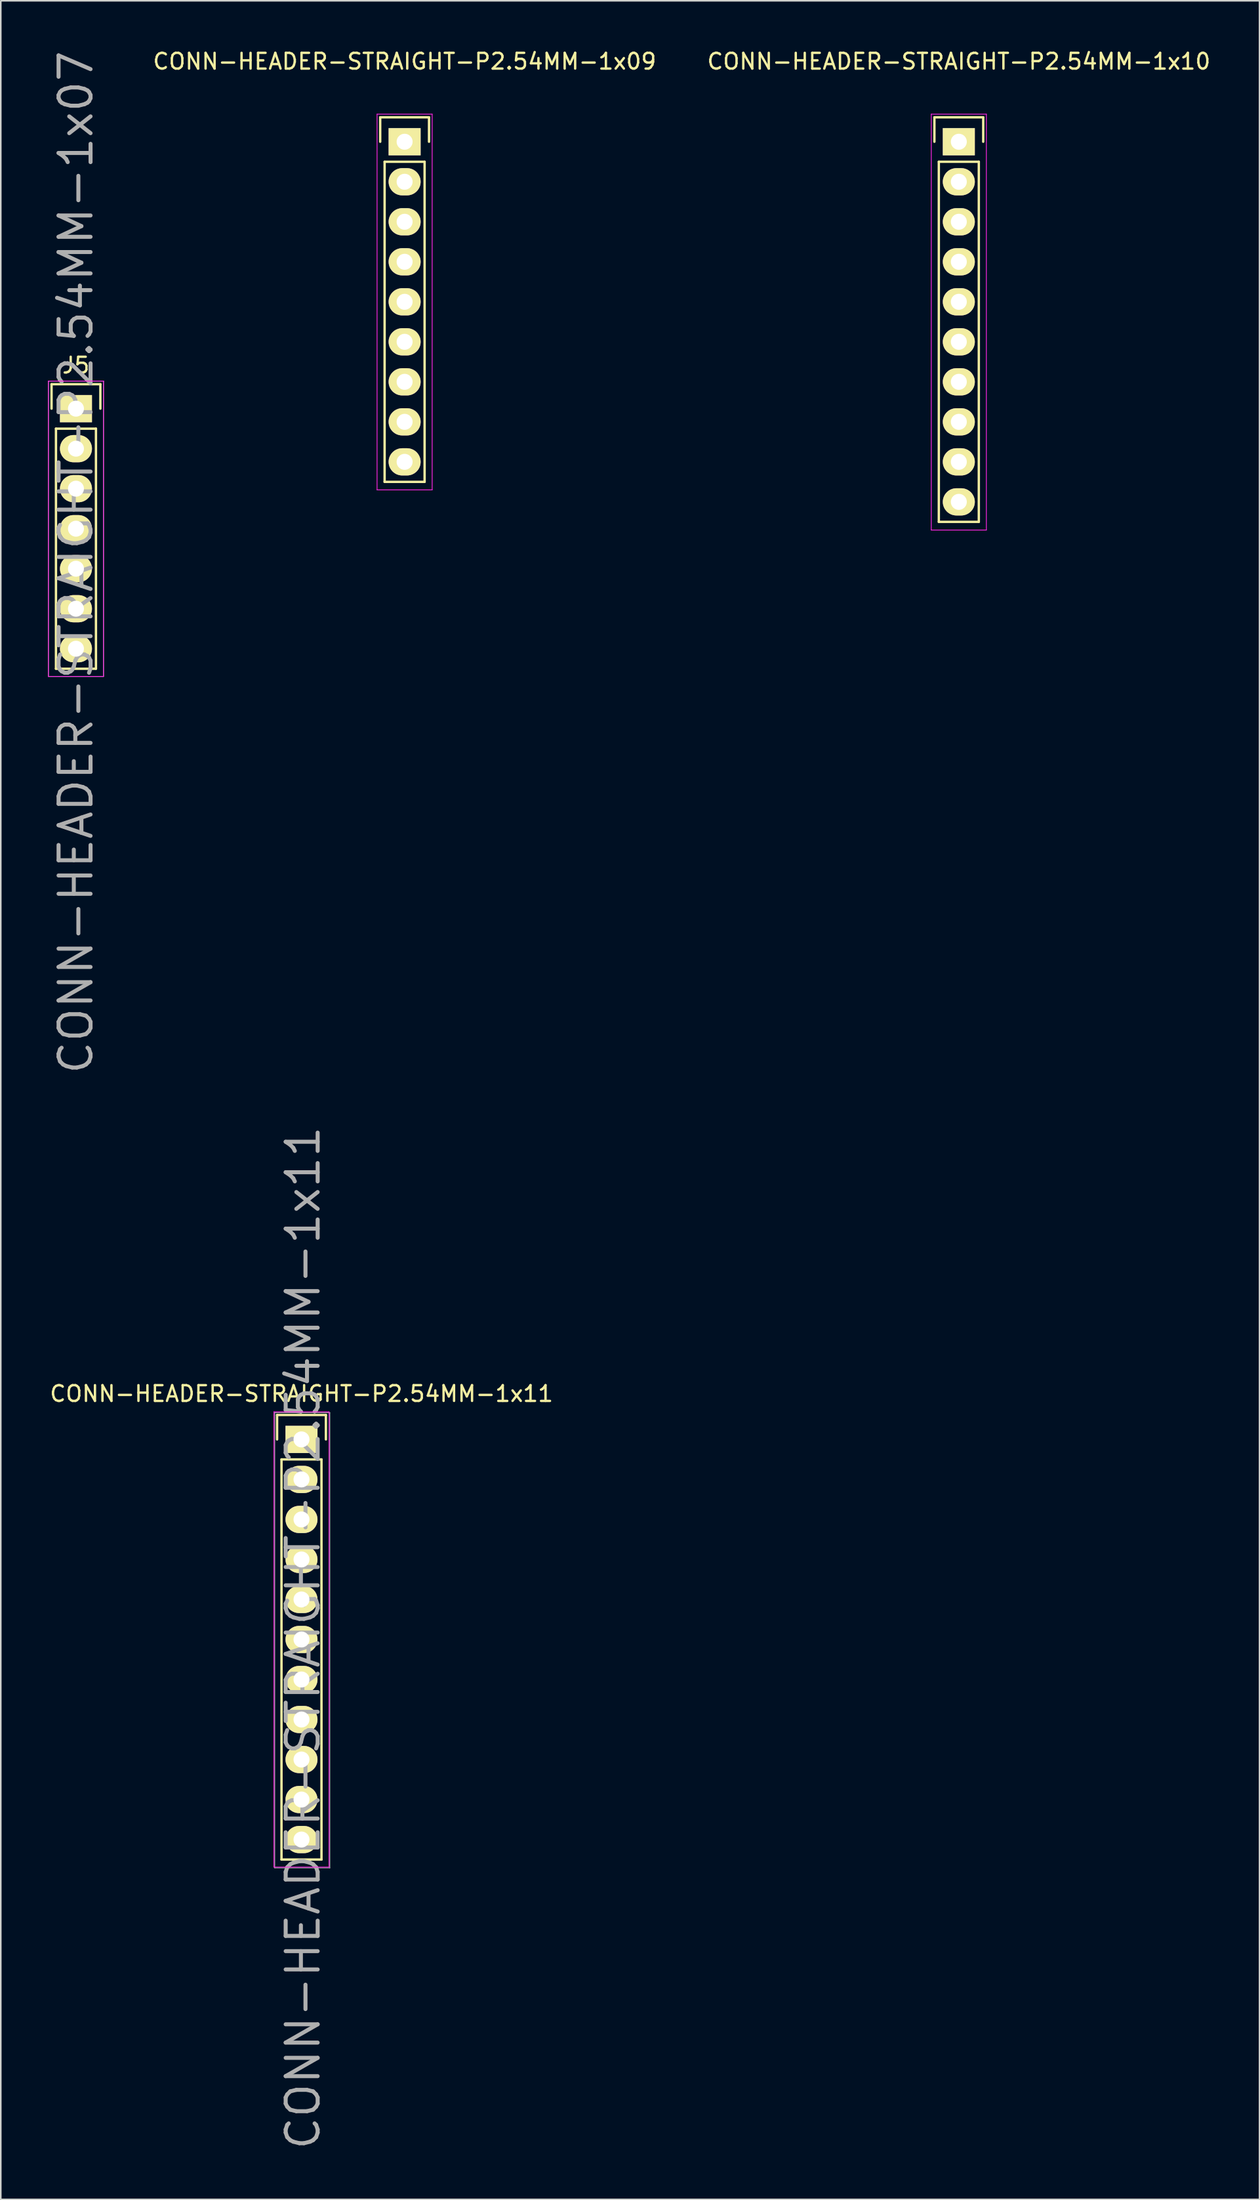
<source format=kicad_pcb>
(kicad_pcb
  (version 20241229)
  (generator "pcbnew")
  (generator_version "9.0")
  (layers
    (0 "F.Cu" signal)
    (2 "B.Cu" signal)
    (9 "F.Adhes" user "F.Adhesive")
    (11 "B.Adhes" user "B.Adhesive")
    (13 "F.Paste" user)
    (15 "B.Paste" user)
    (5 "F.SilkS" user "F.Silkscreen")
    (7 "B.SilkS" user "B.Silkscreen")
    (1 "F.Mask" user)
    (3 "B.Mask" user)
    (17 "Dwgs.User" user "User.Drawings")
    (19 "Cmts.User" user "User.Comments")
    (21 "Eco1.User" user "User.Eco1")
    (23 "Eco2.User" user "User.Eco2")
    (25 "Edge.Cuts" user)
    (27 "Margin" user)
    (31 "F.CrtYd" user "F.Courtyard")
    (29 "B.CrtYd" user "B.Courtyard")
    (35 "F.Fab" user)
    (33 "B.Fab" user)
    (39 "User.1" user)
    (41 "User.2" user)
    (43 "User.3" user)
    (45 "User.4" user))
  (footprint "CONN-HEADER-STRAIGHT-P2.54MM-1x11"
    (layer "F.Cu")
    (at 16.101 88.324)
    (property "Reference" "CONN-HEADER-STRAIGHT-P2.54MM-1x11" (at 0.1 12.6 90) (layer "F.Fab") (effects (font (size 2.032 2.032) (thickness 0.254))))
    (attr through_hole)
    (fp_line (start -1.55 -1.55) (end 1.55 -1.55) (stroke (width 0.15) (type solid)) (layer "F.SilkS"))
    (fp_line (start -1.55 0) (end -1.55 -1.55) (stroke (width 0.15) (type solid)) (layer "F.SilkS"))
    (fp_line (start -1.27 26.67) (end -1.27 1.27) (stroke (width 0.15) (type solid)) (layer "F.SilkS"))
    (fp_line (start 1.27 1.27) (end -1.27 1.27) (stroke (width 0.15) (type solid)) (layer "F.SilkS"))
    (fp_line (start 1.27 1.27) (end 1.27 26.67) (stroke (width 0.15) (type solid)) (layer "F.SilkS"))
    (fp_line (start 1.27 26.67) (end -1.27 26.67) (stroke (width 0.15) (type solid)) (layer "F.SilkS"))
    (fp_line (start 1.55 -1.55) (end 1.55 0) (stroke (width 0.15) (type solid)) (layer "F.SilkS"))
    (fp_line (start -1.75 -1.75) (end -1.75 27.15) (stroke (width 0.05) (type solid)) (layer "F.CrtYd"))
    (fp_line (start -1.75 -1.75) (end 1.75 -1.75) (stroke (width 0.05) (type solid)) (layer "F.CrtYd"))
    (fp_line (start -1.75 27.15) (end 1.75 27.15) (stroke (width 0.05) (type solid)) (layer "F.CrtYd"))
    (fp_line (start 1.75 -1.75) (end 1.75 27.15) (stroke (width 0.05) (type solid)) (layer "F.CrtYd"))
    (fp_line (start -1.7 -1.7) (end 1.8 -1.7) (stroke (width 0.051) (type solid)) (layer "F.Fab"))
    (fp_line (start -1.7 27.2) (end -1.7 -1.7) (stroke (width 0.051) (type solid)) (layer "F.Fab"))
    (fp_line (start 1.8 -1.7) (end 1.8 27.2) (stroke (width 0.051) (type solid)) (layer "F.Fab"))
    (fp_line (start 1.8 27.2) (end -1.7 27.2) (stroke (width 0.051) (type solid)) (layer "F.Fab"))
    (fp_text user "${REFERENCE}" (at 0 -2.9 0) (layer "F.SilkS") (effects (font (size 1 1) (thickness 0.15))))
    (pad "1" thru_hole rect (at 0 0) (size 2.032 1.727) (drill 1.016) (layers "*.Cu" "*.Mask" "F.SilkS"))
    (pad "2" thru_hole oval (at 0 2.54) (size 2.032 1.727) (drill 1.016) (layers "*.Cu" "*.Mask" "F.SilkS"))
    (pad "3" thru_hole oval (at 0 5.08) (size 2.032 1.727) (drill 1.016) (layers "*.Cu" "*.Mask" "F.SilkS"))
    (pad "4" thru_hole oval (at 0 7.62) (size 2.032 1.727) (drill 1.016) (layers "*.Cu" "*.Mask" "F.SilkS"))
    (pad "5" thru_hole oval (at 0 10.16) (size 2.032 1.727) (drill 1.016) (layers "*.Cu" "*.Mask" "F.SilkS"))
    (pad "6" thru_hole oval (at 0 12.7) (size 2.032 1.727) (drill 1.016) (layers "*.Cu" "*.Mask" "F.SilkS"))
    (pad "7" thru_hole oval (at 0 15.24) (size 2.032 1.727) (drill 1.016) (layers "*.Cu" "*.Mask" "F.SilkS"))
    (pad "8" thru_hole oval (at 0 17.78) (size 2.032 1.727) (drill 1.016) (layers "*.Cu" "*.Mask" "F.SilkS"))
    (pad "9" thru_hole oval (at 0 20.32) (size 2.032 1.727) (drill 1.016) (layers "*.Cu" "*.Mask" "F.SilkS"))
    (pad "10" thru_hole oval (at 0 22.86) (size 2.032 1.727) (drill 1.016) (layers "*.Cu" "*.Mask" "F.SilkS"))
    (pad "11" thru_hole oval (at 0 25.4) (size 2.032 1.727) (drill 1.016) (layers "*.Cu" "*.Mask" "F.SilkS")))
  (footprint "CONN-HEADER-STRAIGHT-P2.54MM-1x10"
    (layer "F.Cu")
    (at 57.854 5.948)
    (property "Reference" "CONN-HEADER-STRAIGHT-P2.54MM-1x10" (at 0 -5.1 0) (layer "F.SilkS") (effects (font (size 1 1) (thickness 0.15))))
    (attr through_hole)
    (fp_line (start -1.55 -1.55) (end 1.55 -1.55) (stroke (width 0.15) (type solid)) (layer "F.SilkS"))
    (fp_line (start -1.55 0) (end -1.55 -1.55) (stroke (width 0.15) (type solid)) (layer "F.SilkS"))
    (fp_line (start -1.27 24.13) (end -1.27 1.27) (stroke (width 0.15) (type solid)) (layer "F.SilkS"))
    (fp_line (start 1.27 1.27) (end -1.27 1.27) (stroke (width 0.15) (type solid)) (layer "F.SilkS"))
    (fp_line (start 1.27 1.27) (end 1.27 24.13) (stroke (width 0.15) (type solid)) (layer "F.SilkS"))
    (fp_line (start 1.27 24.13) (end -1.27 24.13) (stroke (width 0.15) (type solid)) (layer "F.SilkS"))
    (fp_line (start 1.55 -1.55) (end 1.55 0) (stroke (width 0.15) (type solid)) (layer "F.SilkS"))
    (fp_line (start -1.75 -1.75) (end -1.75 24.65) (stroke (width 0.05) (type solid)) (layer "F.CrtYd"))
    (fp_line (start -1.75 -1.75) (end 1.75 -1.75) (stroke (width 0.05) (type solid)) (layer "F.CrtYd"))
    (fp_line (start -1.75 24.65) (end 1.75 24.65) (stroke (width 0.05) (type solid)) (layer "F.CrtYd"))
    (fp_line (start 1.75 -1.75) (end 1.75 24.65) (stroke (width 0.05) (type solid)) (layer "F.CrtYd"))
    (pad "1" thru_hole rect (at 0 0) (size 2.032 1.727) (drill 1.016) (layers "*.Cu" "*.Mask" "F.SilkS"))
    (pad "2" thru_hole oval (at 0 2.54) (size 2.032 1.727) (drill 1.016) (layers "*.Cu" "*.Mask" "F.SilkS"))
    (pad "3" thru_hole oval (at 0 5.08) (size 2.032 1.727) (drill 1.016) (layers "*.Cu" "*.Mask" "F.SilkS"))
    (pad "4" thru_hole oval (at 0 7.62) (size 2.032 1.727) (drill 1.016) (layers "*.Cu" "*.Mask" "F.SilkS"))
    (pad "5" thru_hole oval (at 0 10.16) (size 2.032 1.727) (drill 1.016) (layers "*.Cu" "*.Mask" "F.SilkS"))
    (pad "6" thru_hole oval (at 0 12.7) (size 2.032 1.727) (drill 1.016) (layers "*.Cu" "*.Mask" "F.SilkS"))
    (pad "7" thru_hole oval (at 0 15.24) (size 2.032 1.727) (drill 1.016) (layers "*.Cu" "*.Mask" "F.SilkS"))
    (pad "8" thru_hole oval (at 0 17.78) (size 2.032 1.727) (drill 1.016) (layers "*.Cu" "*.Mask" "F.SilkS"))
    (pad "9" thru_hole oval (at 0 20.32) (size 2.032 1.727) (drill 1.016) (layers "*.Cu" "*.Mask" "F.SilkS"))
    (pad "10" thru_hole oval (at 0 22.86) (size 2.032 1.727) (drill 1.016) (layers "*.Cu" "*.Mask" "F.SilkS")))
  (footprint "CONN-HEADER-STRAIGHT-P2.54MM-1x07"
    (layer "F.Cu")
    (at 1.775 22.891)
    (property "Reference" "CONN-HEADER-STRAIGHT-P2.54MM-1x07" (at 0 9.75 90) (layer "F.Fab") (effects (font (size 2.032 2.032) (thickness 0.254))))
    (attr through_hole)
    (fp_line (start -1.55 -1.55) (end 1.55 -1.55) (stroke (width 0.15) (type solid)) (layer "F.SilkS"))
    (fp_line (start -1.55 0) (end -1.55 -1.55) (stroke (width 0.15) (type solid)) (layer "F.SilkS"))
    (fp_line (start -1.27 16.51) (end -1.27 1.27) (stroke (width 0.15) (type solid)) (layer "F.SilkS"))
    (fp_line (start 1.27 1.27) (end -1.27 1.27) (stroke (width 0.15) (type solid)) (layer "F.SilkS"))
    (fp_line (start 1.27 1.27) (end 1.27 16.51) (stroke (width 0.15) (type solid)) (layer "F.SilkS"))
    (fp_line (start 1.27 16.51) (end -1.27 16.51) (stroke (width 0.15) (type solid)) (layer "F.SilkS"))
    (fp_line (start 1.55 -1.55) (end 1.55 0) (stroke (width 0.15) (type solid)) (layer "F.SilkS"))
    (fp_line (start -1.75 -1.75) (end -1.75 17) (stroke (width 0.05) (type solid)) (layer "F.CrtYd"))
    (fp_line (start -1.75 -1.75) (end 1.75 -1.75) (stroke (width 0.05) (type solid)) (layer "F.CrtYd"))
    (fp_line (start -1.75 17) (end 1.75 17) (stroke (width 0.05) (type solid)) (layer "F.CrtYd"))
    (fp_line (start 1.75 -1.75) (end 1.75 17) (stroke (width 0.05) (type solid)) (layer "F.CrtYd"))
    (fp_line (start -1.75 -1.75) (end 1.75 -1.75) (stroke (width 0.05) (type solid)) (layer "F.Fab"))
    (fp_line (start -1.75 17) (end -1.75 -1.75) (stroke (width 0.05) (type solid)) (layer "F.Fab"))
    (fp_line (start 1.75 -1.75) (end 1.75 17) (stroke (width 0.05) (type solid)) (layer "F.Fab"))
    (fp_line (start 1.75 17) (end -1.75 17) (stroke (width 0.05) (type solid)) (layer "F.Fab"))
    (fp_text user "J5" (at 0 -2.75 0) (layer "F.SilkS") (effects (font (size 1 1) (thickness 0.15))))
    (pad "1" thru_hole rect (at 0 0) (size 2.032 1.727) (drill 1.016) (layers "*.Cu" "*.Mask" "F.SilkS"))
    (pad "2" thru_hole oval (at 0 2.54) (size 2.032 1.727) (drill 1.016) (layers "*.Cu" "*.Mask" "F.SilkS"))
    (pad "3" thru_hole oval (at 0 5.08) (size 2.032 1.727) (drill 1.016) (layers "*.Cu" "*.Mask" "F.SilkS"))
    (pad "4" thru_hole oval (at 0 7.62) (size 2.032 1.727) (drill 1.016) (layers "*.Cu" "*.Mask" "F.SilkS"))
    (pad "5" thru_hole oval (at 0 10.16) (size 2.032 1.727) (drill 1.016) (layers "*.Cu" "*.Mask" "F.SilkS"))
    (pad "6" thru_hole oval (at 0 12.7) (size 2.032 1.727) (drill 1.016) (layers "*.Cu" "*.Mask" "F.SilkS"))
    (pad "7" thru_hole oval (at 0 15.24) (size 2.032 1.727) (drill 1.016) (layers "*.Cu" "*.Mask" "F.SilkS")))
  (footprint "CONN-HEADER-STRAIGHT-P2.54MM-1x09"
    (layer "F.Cu")
    (at 22.651 5.948)
    (property "Reference" "CONN-HEADER-STRAIGHT-P2.54MM-1x09" (at 0 -5.1 0) (layer "F.SilkS") (effects (font (size 1 1) (thickness 0.15))))
    (attr through_hole)
    (fp_line (start -1.55 -1.55) (end 1.55 -1.55) (stroke (width 0.15) (type solid)) (layer "F.SilkS"))
    (fp_line (start -1.55 0) (end -1.55 -1.55) (stroke (width 0.15) (type solid)) (layer "F.SilkS"))
    (fp_line (start -1.27 21.59) (end -1.27 1.27) (stroke (width 0.15) (type solid)) (layer "F.SilkS"))
    (fp_line (start 1.27 1.27) (end -1.27 1.27) (stroke (width 0.15) (type solid)) (layer "F.SilkS"))
    (fp_line (start 1.27 1.27) (end 1.27 21.59) (stroke (width 0.15) (type solid)) (layer "F.SilkS"))
    (fp_line (start 1.27 21.59) (end -1.27 21.59) (stroke (width 0.15) (type solid)) (layer "F.SilkS"))
    (fp_line (start 1.55 -1.55) (end 1.55 0) (stroke (width 0.15) (type solid)) (layer "F.SilkS"))
    (fp_line (start -1.75 -1.75) (end -1.75 22.1) (stroke (width 0.05) (type solid)) (layer "F.CrtYd"))
    (fp_line (start -1.75 -1.75) (end 1.75 -1.75) (stroke (width 0.05) (type solid)) (layer "F.CrtYd"))
    (fp_line (start -1.75 22.1) (end 1.75 22.1) (stroke (width 0.05) (type solid)) (layer "F.CrtYd"))
    (fp_line (start 1.75 -1.75) (end 1.75 22.1) (stroke (width 0.05) (type solid)) (layer "F.CrtYd"))
    (pad "1" thru_hole rect (at 0 0) (size 2.032 1.727) (drill 1.016) (layers "*.Cu" "*.Mask" "F.SilkS"))
    (pad "2" thru_hole oval (at 0 2.54) (size 2.032 1.727) (drill 1.016) (layers "*.Cu" "*.Mask" "F.SilkS"))
    (pad "3" thru_hole oval (at 0 5.08) (size 2.032 1.727) (drill 1.016) (layers "*.Cu" "*.Mask" "F.SilkS"))
    (pad "4" thru_hole oval (at 0 7.62) (size 2.032 1.727) (drill 1.016) (layers "*.Cu" "*.Mask" "F.SilkS"))
    (pad "5" thru_hole oval (at 0 10.16) (size 2.032 1.727) (drill 1.016) (layers "*.Cu" "*.Mask" "F.SilkS"))
    (pad "6" thru_hole oval (at 0 12.7) (size 2.032 1.727) (drill 1.016) (layers "*.Cu" "*.Mask" "F.SilkS"))
    (pad "7" thru_hole oval (at 0 15.24) (size 2.032 1.727) (drill 1.016) (layers "*.Cu" "*.Mask" "F.SilkS"))
    (pad "8" thru_hole oval (at 0 17.78) (size 2.032 1.727) (drill 1.016) (layers "*.Cu" "*.Mask" "F.SilkS"))
    (pad "9" thru_hole oval (at 0 20.32) (size 2.032 1.727) (drill 1.016) (layers "*.Cu" "*.Mask" "F.SilkS")))
  (gr_rect
    (start -3 -3)
    (end 76.955 136.566)
    (stroke (width 0.1) (type default))
    (fill no)
    (layer "Edge.Cuts")))
</source>
